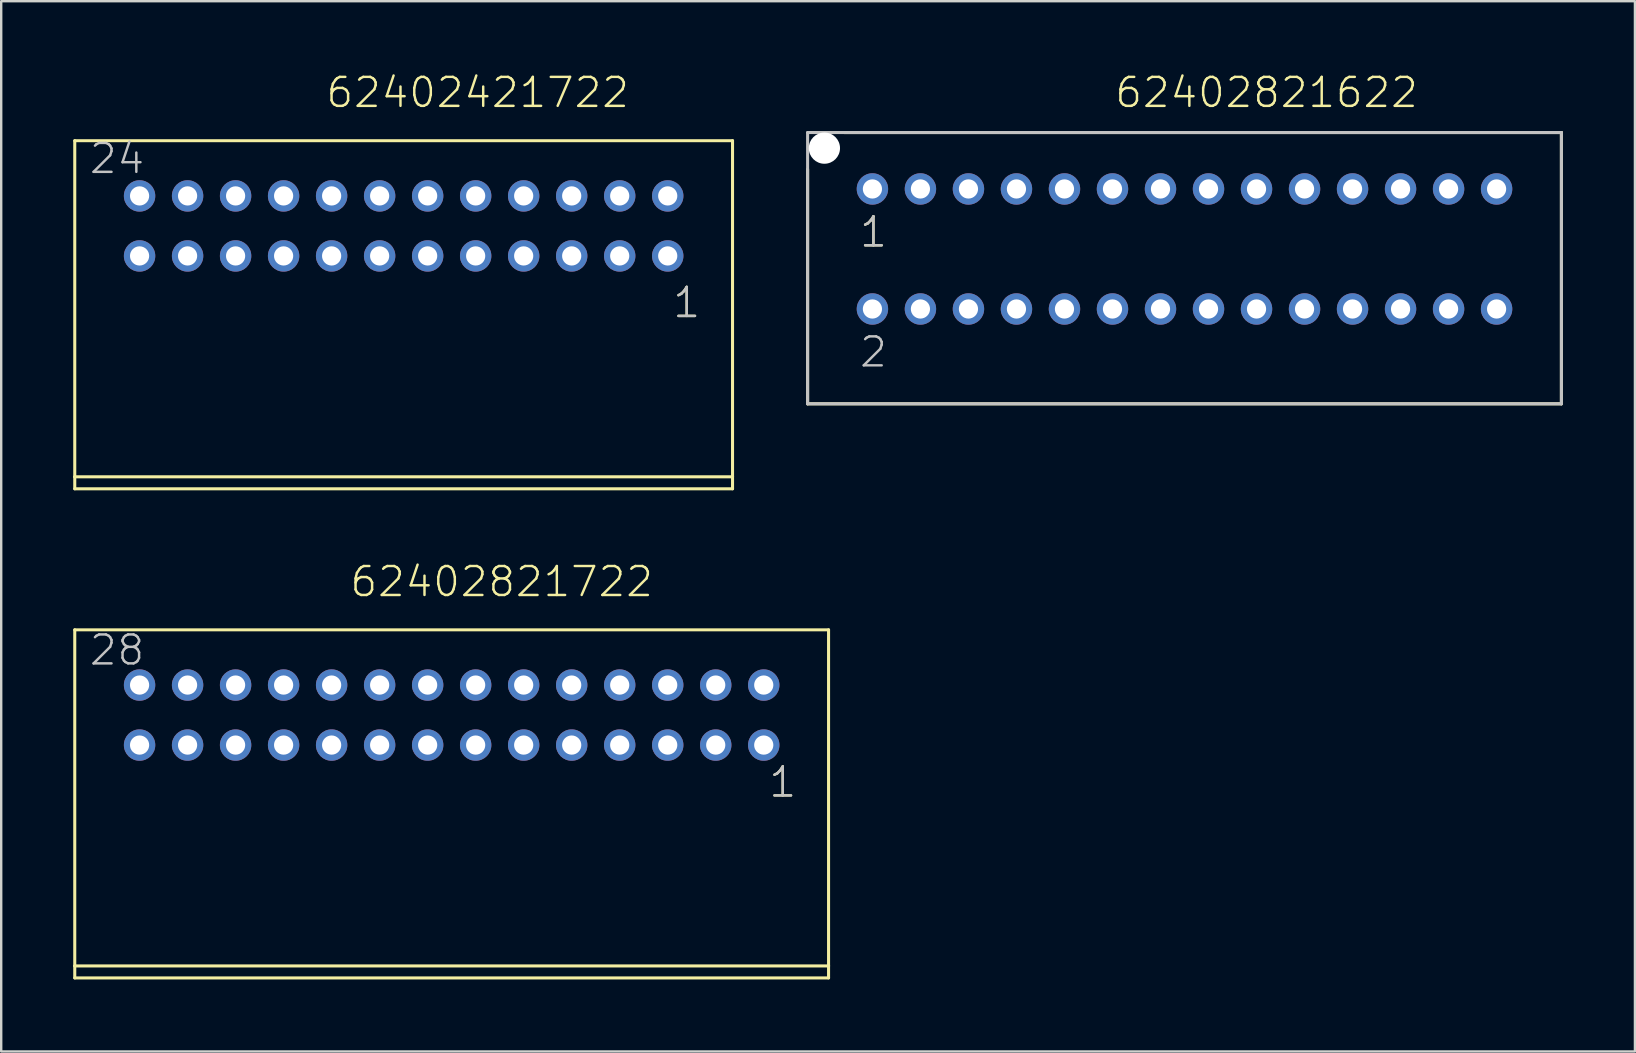
<source format=kicad_pcb>
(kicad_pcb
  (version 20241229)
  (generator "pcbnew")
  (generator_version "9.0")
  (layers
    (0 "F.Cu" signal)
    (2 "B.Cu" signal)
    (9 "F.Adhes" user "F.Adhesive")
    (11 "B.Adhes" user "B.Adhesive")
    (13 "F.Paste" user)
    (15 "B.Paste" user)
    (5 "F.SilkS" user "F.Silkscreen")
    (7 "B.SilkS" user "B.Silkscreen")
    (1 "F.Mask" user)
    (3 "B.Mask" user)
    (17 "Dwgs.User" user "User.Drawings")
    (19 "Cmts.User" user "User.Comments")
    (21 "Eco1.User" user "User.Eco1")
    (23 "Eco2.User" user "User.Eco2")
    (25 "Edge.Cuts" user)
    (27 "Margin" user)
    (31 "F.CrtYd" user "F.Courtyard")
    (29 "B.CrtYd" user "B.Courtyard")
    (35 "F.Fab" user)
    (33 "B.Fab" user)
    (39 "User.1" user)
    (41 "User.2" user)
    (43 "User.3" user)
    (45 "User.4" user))
  (footprint "62402821722"
    (layer "F.Cu")
    (at 15.764 26.736)
    (property "Reference" "62402821722" (at -4.3 -4.85 0) (layer "F.SilkS") (effects (font (size 1.206 1.206) (thickness 0.102)) (justify left bottom)))
    (attr through_hole)
    (fp_line (start -15.7 -3.55) (end -15.7 10.45) (stroke (width 0.127) (type solid)) (layer "F.SilkS"))
    (fp_line (start -15.7 10.45) (end -15.7 10.95) (stroke (width 0.127) (type solid)) (layer "F.SilkS"))
    (fp_line (start -15.7 10.45) (end 15.7 10.45) (stroke (width 0.127) (type solid)) (layer "F.SilkS"))
    (fp_line (start -15.7 10.95) (end 15.7 10.95) (stroke (width 0.127) (type solid)) (layer "F.SilkS"))
    (fp_line (start 15.7 -3.55) (end -15.7 -3.55) (stroke (width 0.127) (type solid)) (layer "F.SilkS"))
    (fp_line (start 15.7 10.45) (end 15.7 -3.55) (stroke (width 0.127) (type solid)) (layer "F.SilkS"))
    (fp_line (start 15.7 10.95) (end 15.7 10.45) (stroke (width 0.127) (type solid)) (layer "F.SilkS"))
    (fp_text user "1" (at 13.15 3.5 0) (layer "F.SilkS") (effects (font (size 1.206 1.206) (thickness 0.102)) (justify left bottom)))
    (fp_text user "28" (at -15.155 -2 0) (layer "Dwgs.User") (effects (font (size 1.206 1.206) (thickness 0.102)) (justify left bottom)))
    (fp_text user "1" (at 13.15 3.5 0) (layer "Dwgs.User") (effects (font (size 1.206 1.206) (thickness 0.102)) (justify left bottom)))
    (pad "1" thru_hole circle (at 13 1.25 180) (size 1.308 1.308) (drill 0.8) (layers "*.Cu" "*.Mask"))
    (pad "2" thru_hole circle (at 13 -1.25 180) (size 1.308 1.308) (drill 0.8) (layers "*.Cu" "*.Mask"))
    (pad "3" thru_hole circle (at 11 1.25 180) (size 1.308 1.308) (drill 0.8) (layers "*.Cu" "*.Mask"))
    (pad "4" thru_hole circle (at 11 -1.25 180) (size 1.308 1.308) (drill 0.8) (layers "*.Cu" "*.Mask"))
    (pad "5" thru_hole circle (at 9 1.25 180) (size 1.308 1.308) (drill 0.8) (layers "*.Cu" "*.Mask"))
    (pad "6" thru_hole circle (at 9 -1.25 180) (size 1.308 1.308) (drill 0.8) (layers "*.Cu" "*.Mask"))
    (pad "7" thru_hole circle (at 7 1.25 180) (size 1.308 1.308) (drill 0.8) (layers "*.Cu" "*.Mask"))
    (pad "8" thru_hole circle (at 7 -1.25 180) (size 1.308 1.308) (drill 0.8) (layers "*.Cu" "*.Mask"))
    (pad "9" thru_hole circle (at 5 1.25 180) (size 1.308 1.308) (drill 0.8) (layers "*.Cu" "*.Mask"))
    (pad "10" thru_hole circle (at 5 -1.25 180) (size 1.308 1.308) (drill 0.8) (layers "*.Cu" "*.Mask"))
    (pad "11" thru_hole circle (at 3 1.25 180) (size 1.308 1.308) (drill 0.8) (layers "*.Cu" "*.Mask"))
    (pad "12" thru_hole circle (at 3 -1.25 180) (size 1.308 1.308) (drill 0.8) (layers "*.Cu" "*.Mask"))
    (pad "13" thru_hole circle (at 1 1.25 180) (size 1.308 1.308) (drill 0.8) (layers "*.Cu" "*.Mask"))
    (pad "14" thru_hole circle (at 1 -1.25 180) (size 1.308 1.308) (drill 0.8) (layers "*.Cu" "*.Mask"))
    (pad "15" thru_hole circle (at -1 1.25 180) (size 1.308 1.308) (drill 0.8) (layers "*.Cu" "*.Mask"))
    (pad "16" thru_hole circle (at -1 -1.25 180) (size 1.308 1.308) (drill 0.8) (layers "*.Cu" "*.Mask"))
    (pad "17" thru_hole circle (at -3 1.25 180) (size 1.308 1.308) (drill 0.8) (layers "*.Cu" "*.Mask"))
    (pad "18" thru_hole circle (at -3 -1.25 180) (size 1.308 1.308) (drill 0.8) (layers "*.Cu" "*.Mask"))
    (pad "19" thru_hole circle (at -5 1.25 180) (size 1.308 1.308) (drill 0.8) (layers "*.Cu" "*.Mask"))
    (pad "20" thru_hole circle (at -5 -1.25 180) (size 1.308 1.308) (drill 0.8) (layers "*.Cu" "*.Mask"))
    (pad "21" thru_hole circle (at -7 1.25 180) (size 1.308 1.308) (drill 0.8) (layers "*.Cu" "*.Mask"))
    (pad "22" thru_hole circle (at -7 -1.25 180) (size 1.308 1.308) (drill 0.8) (layers "*.Cu" "*.Mask"))
    (pad "23" thru_hole circle (at -9 1.25 180) (size 1.308 1.308) (drill 0.8) (layers "*.Cu" "*.Mask"))
    (pad "24" thru_hole circle (at -9 -1.25 180) (size 1.308 1.308) (drill 0.8) (layers "*.Cu" "*.Mask"))
    (pad "25" thru_hole circle (at -11 1.25 180) (size 1.308 1.308) (drill 0.8) (layers "*.Cu" "*.Mask"))
    (pad "26" thru_hole circle (at -11 -1.25 180) (size 1.308 1.308) (drill 0.8) (layers "*.Cu" "*.Mask"))
    (pad "27" thru_hole circle (at -13 1.25 180) (size 1.308 1.308) (drill 0.8) (layers "*.Cu" "*.Mask"))
    (pad "28" thru_hole circle (at -13 -1.25 180) (size 1.308 1.308) (drill 0.8) (layers "*.Cu" "*.Mask")))
  (footprint "62402421722"
    (layer "F.Cu")
    (at 13.764 6.361)
    (property "Reference" "62402421722" (at -3.3 -4.85 0) (layer "F.SilkS") (effects (font (size 1.206 1.206) (thickness 0.102)) (justify left bottom)))
    (attr through_hole)
    (fp_line (start -13.7 -3.55) (end -13.7 10.45) (stroke (width 0.127) (type solid)) (layer "F.SilkS"))
    (fp_line (start -13.7 10.45) (end -13.7 10.95) (stroke (width 0.127) (type solid)) (layer "F.SilkS"))
    (fp_line (start -13.7 10.45) (end 13.7 10.45) (stroke (width 0.127) (type solid)) (layer "F.SilkS"))
    (fp_line (start -13.7 10.95) (end 13.7 10.95) (stroke (width 0.127) (type solid)) (layer "F.SilkS"))
    (fp_line (start 13.7 -3.55) (end -13.7 -3.55) (stroke (width 0.127) (type solid)) (layer "F.SilkS"))
    (fp_line (start 13.7 10.45) (end 13.7 -3.55) (stroke (width 0.127) (type solid)) (layer "F.SilkS"))
    (fp_line (start 13.7 10.95) (end 13.7 10.45) (stroke (width 0.127) (type solid)) (layer "F.SilkS"))
    (fp_text user "1" (at 11.15 3.9 0) (layer "F.SilkS") (effects (font (size 1.206 1.206) (thickness 0.102)) (justify left bottom)))
    (fp_text user "24" (at -13.155 -2.1 0) (layer "Dwgs.User") (effects (font (size 1.206 1.206) (thickness 0.102)) (justify left bottom)))
    (fp_text user "1" (at 11.15 3.9 0) (layer "Dwgs.User") (effects (font (size 1.206 1.206) (thickness 0.102)) (justify left bottom)))
    (pad "1" thru_hole circle (at 11 1.25 180) (size 1.308 1.308) (drill 0.8) (layers "*.Cu" "*.Mask"))
    (pad "2" thru_hole circle (at 11 -1.25 180) (size 1.308 1.308) (drill 0.8) (layers "*.Cu" "*.Mask"))
    (pad "3" thru_hole circle (at 9 1.25 180) (size 1.308 1.308) (drill 0.8) (layers "*.Cu" "*.Mask"))
    (pad "4" thru_hole circle (at 9 -1.25 180) (size 1.308 1.308) (drill 0.8) (layers "*.Cu" "*.Mask"))
    (pad "5" thru_hole circle (at 7 1.25 180) (size 1.308 1.308) (drill 0.8) (layers "*.Cu" "*.Mask"))
    (pad "6" thru_hole circle (at 7 -1.25 180) (size 1.308 1.308) (drill 0.8) (layers "*.Cu" "*.Mask"))
    (pad "7" thru_hole circle (at 5 1.25 180) (size 1.308 1.308) (drill 0.8) (layers "*.Cu" "*.Mask"))
    (pad "8" thru_hole circle (at 5 -1.25 180) (size 1.308 1.308) (drill 0.8) (layers "*.Cu" "*.Mask"))
    (pad "9" thru_hole circle (at 3 1.25 180) (size 1.308 1.308) (drill 0.8) (layers "*.Cu" "*.Mask"))
    (pad "10" thru_hole circle (at 3 -1.25 180) (size 1.308 1.308) (drill 0.8) (layers "*.Cu" "*.Mask"))
    (pad "11" thru_hole circle (at 1 1.25 180) (size 1.308 1.308) (drill 0.8) (layers "*.Cu" "*.Mask"))
    (pad "12" thru_hole circle (at 1 -1.25 180) (size 1.308 1.308) (drill 0.8) (layers "*.Cu" "*.Mask"))
    (pad "13" thru_hole circle (at -1 1.25 180) (size 1.308 1.308) (drill 0.8) (layers "*.Cu" "*.Mask"))
    (pad "14" thru_hole circle (at -1 -1.25 180) (size 1.308 1.308) (drill 0.8) (layers "*.Cu" "*.Mask"))
    (pad "15" thru_hole circle (at -3 1.25 180) (size 1.308 1.308) (drill 0.8) (layers "*.Cu" "*.Mask"))
    (pad "16" thru_hole circle (at -3 -1.25 180) (size 1.308 1.308) (drill 0.8) (layers "*.Cu" "*.Mask"))
    (pad "17" thru_hole circle (at -5 1.25 180) (size 1.308 1.308) (drill 0.8) (layers "*.Cu" "*.Mask"))
    (pad "18" thru_hole circle (at -5 -1.25 180) (size 1.308 1.308) (drill 0.8) (layers "*.Cu" "*.Mask"))
    (pad "19" thru_hole circle (at -7 1.25 180) (size 1.308 1.308) (drill 0.8) (layers "*.Cu" "*.Mask"))
    (pad "20" thru_hole circle (at -7 -1.25 180) (size 1.308 1.308) (drill 0.8) (layers "*.Cu" "*.Mask"))
    (pad "21" thru_hole circle (at -9 1.25 180) (size 1.308 1.308) (drill 0.8) (layers "*.Cu" "*.Mask"))
    (pad "22" thru_hole circle (at -9 -1.25 180) (size 1.308 1.308) (drill 0.8) (layers "*.Cu" "*.Mask"))
    (pad "23" thru_hole circle (at -11 1.25 180) (size 1.308 1.308) (drill 0.8) (layers "*.Cu" "*.Mask"))
    (pad "24" thru_hole circle (at -11 -1.25 180) (size 1.308 1.308) (drill 0.8) (layers "*.Cu" "*.Mask")))
  (footprint "62402821622"
    (layer "F.Cu")
    (at 46.291 7.321)
    (property "Reference" "62402821622" (at -2.966 -5.81 0) (layer "F.SilkS") (effects (font (size 1.206 1.206) (thickness 0.102)) (justify left bottom)))
    (attr through_hole)
    (fp_line (start -15.7 6.45) (end -15.7 -3.32) (stroke (width 0.127) (type solid)) (layer "F.SilkS"))
    (fp_line (start -14.17 -4.85) (end 15.7 -4.85) (stroke (width 0.127) (type solid)) (layer "F.SilkS"))
    (fp_line (start 15.7 -4.85) (end 15.7 6.45) (stroke (width 0.127) (type solid)) (layer "F.SilkS"))
    (fp_line (start 15.7 6.45) (end -15.7 6.45) (stroke (width 0.127) (type solid)) (layer "F.SilkS"))
    (fp_line (start -15.7 -4.85) (end 15.7 -4.85) (stroke (width 0.127) (type solid)) (layer "Dwgs.User"))
    (fp_line (start -15.7 6.45) (end -15.7 -4.85) (stroke (width 0.127) (type solid)) (layer "Dwgs.User"))
    (fp_line (start 15.7 -4.85) (end 15.7 6.45) (stroke (width 0.127) (type solid)) (layer "Dwgs.User"))
    (fp_line (start 15.7 6.45) (end -15.7 6.45) (stroke (width 0.127) (type solid)) (layer "Dwgs.User"))
    (fp_text user "1" (at -13.6 0 0) (layer "F.SilkS") (effects (font (size 1.206 1.206) (thickness 0.102)) (justify left bottom)))
    (fp_text user "2" (at -13.6 5 0) (layer "Dwgs.User") (effects (font (size 1.206 1.206) (thickness 0.102)) (justify left bottom)))
    (fp_text user "1" (at -13.6 0 0) (layer "Dwgs.User") (effects (font (size 1.206 1.206) (thickness 0.102)) (justify left bottom)))
    (pad "" np_thru_hole circle (at -15 -4.2) (size 1.3 1.3) (drill 1.3) (layers "*.Cu"))
    (pad "1" thru_hole circle (at -13 -2.5) (size 1.308 1.308) (drill 0.8) (layers "*.Cu" "*.Mask"))
    (pad "2" thru_hole circle (at -13 2.5) (size 1.308 1.308) (drill 0.8) (layers "*.Cu" "*.Mask"))
    (pad "3" thru_hole circle (at -11 -2.5) (size 1.308 1.308) (drill 0.8) (layers "*.Cu" "*.Mask"))
    (pad "4" thru_hole circle (at -11 2.5) (size 1.308 1.308) (drill 0.8) (layers "*.Cu" "*.Mask"))
    (pad "5" thru_hole circle (at -9 -2.5) (size 1.308 1.308) (drill 0.8) (layers "*.Cu" "*.Mask"))
    (pad "6" thru_hole circle (at -9 2.5) (size 1.308 1.308) (drill 0.8) (layers "*.Cu" "*.Mask"))
    (pad "7" thru_hole circle (at -7 -2.5) (size 1.308 1.308) (drill 0.8) (layers "*.Cu" "*.Mask"))
    (pad "8" thru_hole circle (at -7 2.5) (size 1.308 1.308) (drill 0.8) (layers "*.Cu" "*.Mask"))
    (pad "9" thru_hole circle (at -5 -2.5) (size 1.308 1.308) (drill 0.8) (layers "*.Cu" "*.Mask"))
    (pad "10" thru_hole circle (at -5 2.5) (size 1.308 1.308) (drill 0.8) (layers "*.Cu" "*.Mask"))
    (pad "11" thru_hole circle (at -3 -2.5) (size 1.308 1.308) (drill 0.8) (layers "*.Cu" "*.Mask"))
    (pad "12" thru_hole circle (at -3 2.5) (size 1.308 1.308) (drill 0.8) (layers "*.Cu" "*.Mask"))
    (pad "13" thru_hole circle (at -1 -2.5) (size 1.308 1.308) (drill 0.8) (layers "*.Cu" "*.Mask"))
    (pad "14" thru_hole circle (at -1 2.5) (size 1.308 1.308) (drill 0.8) (layers "*.Cu" "*.Mask"))
    (pad "15" thru_hole circle (at 1 -2.5) (size 1.308 1.308) (drill 0.8) (layers "*.Cu" "*.Mask"))
    (pad "16" thru_hole circle (at 1 2.5) (size 1.308 1.308) (drill 0.8) (layers "*.Cu" "*.Mask"))
    (pad "17" thru_hole circle (at 3 -2.5) (size 1.308 1.308) (drill 0.8) (layers "*.Cu" "*.Mask"))
    (pad "18" thru_hole circle (at 3 2.5) (size 1.308 1.308) (drill 0.8) (layers "*.Cu" "*.Mask"))
    (pad "19" thru_hole circle (at 5 -2.5) (size 1.308 1.308) (drill 0.8) (layers "*.Cu" "*.Mask"))
    (pad "20" thru_hole circle (at 5 2.5) (size 1.308 1.308) (drill 0.8) (layers "*.Cu" "*.Mask"))
    (pad "21" thru_hole circle (at 7 -2.5) (size 1.308 1.308) (drill 0.8) (layers "*.Cu" "*.Mask"))
    (pad "22" thru_hole circle (at 7 2.5) (size 1.308 1.308) (drill 0.8) (layers "*.Cu" "*.Mask"))
    (pad "23" thru_hole circle (at 9 -2.5) (size 1.308 1.308) (drill 0.8) (layers "*.Cu" "*.Mask"))
    (pad "24" thru_hole circle (at 9 2.5) (size 1.308 1.308) (drill 0.8) (layers "*.Cu" "*.Mask"))
    (pad "25" thru_hole circle (at 11 -2.5) (size 1.308 1.308) (drill 0.8) (layers "*.Cu" "*.Mask"))
    (pad "26" thru_hole circle (at 11 2.5) (size 1.308 1.308) (drill 0.8) (layers "*.Cu" "*.Mask"))
    (pad "27" thru_hole circle (at 13 -2.5) (size 1.308 1.308) (drill 0.8) (layers "*.Cu" "*.Mask"))
    (pad "28" thru_hole circle (at 13 2.5) (size 1.308 1.308) (drill 0.8) (layers "*.Cu" "*.Mask")))
  (gr_rect
    (start -3 -3)
    (end 65.054 40.75)
    (stroke (width 0.1) (type default))
    (fill no)
    (layer "Edge.Cuts")))
</source>
